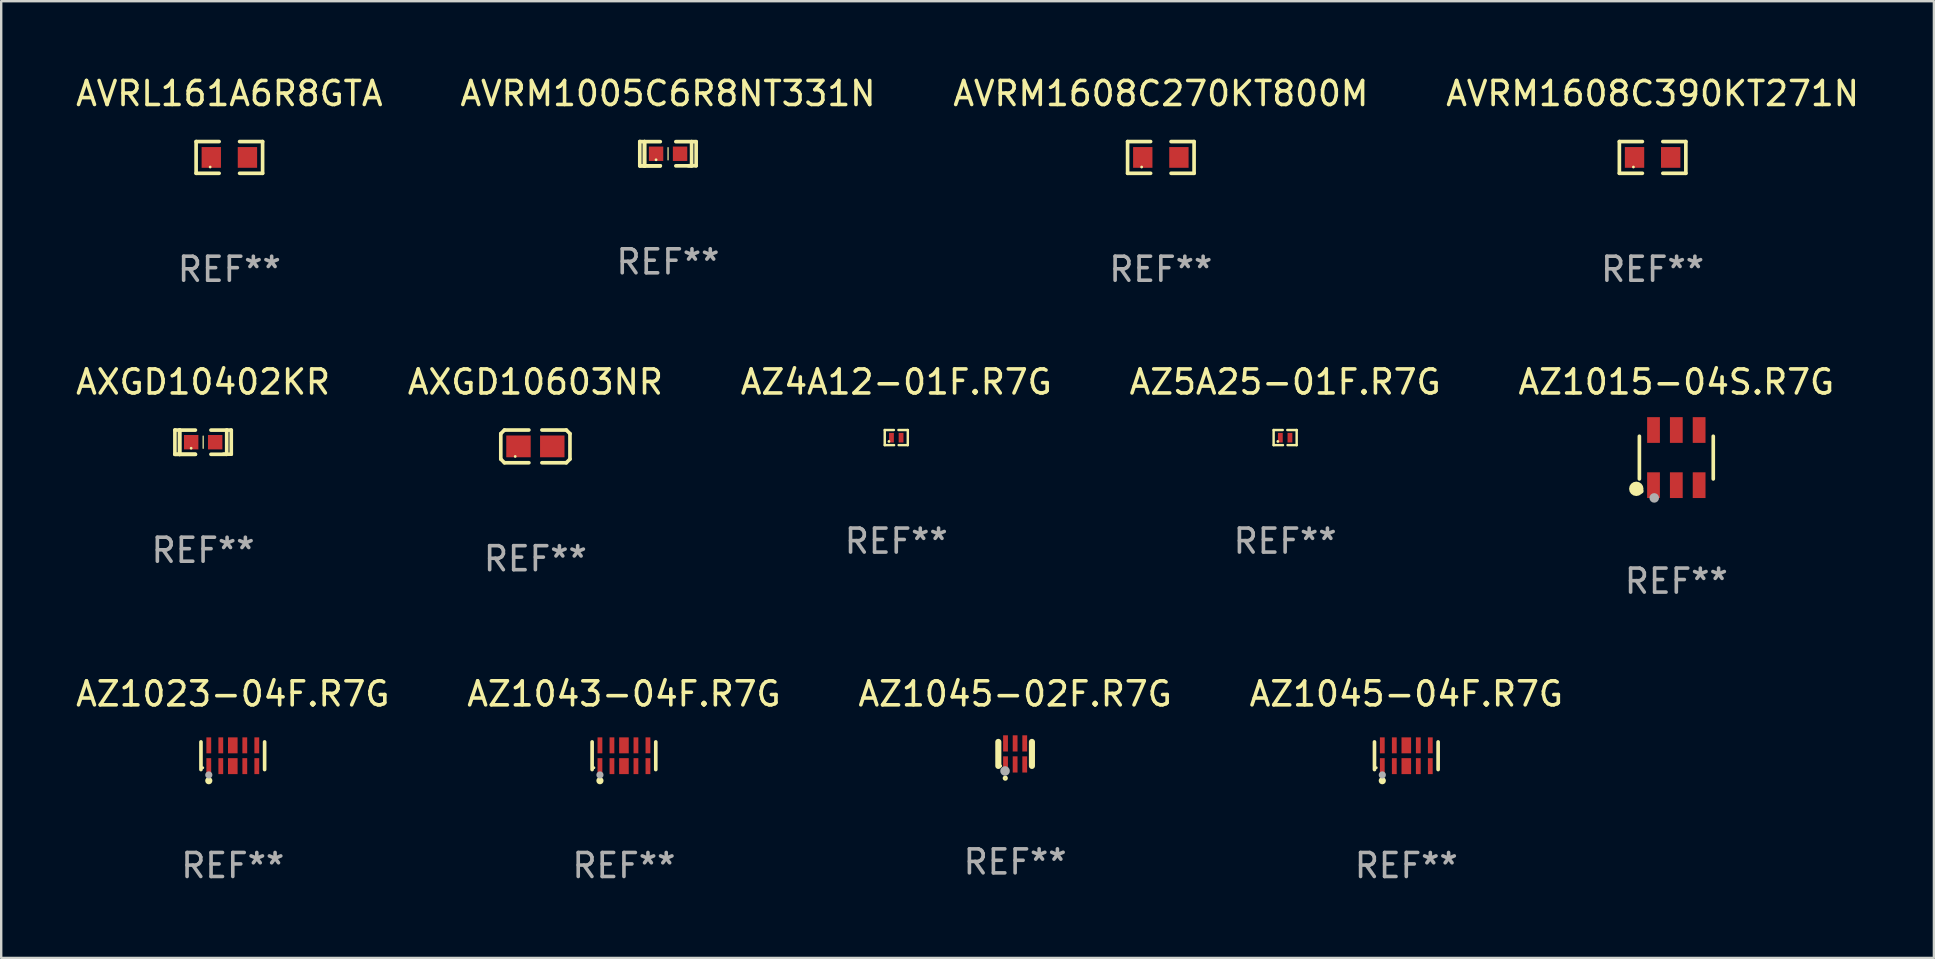
<source format=kicad_pcb>
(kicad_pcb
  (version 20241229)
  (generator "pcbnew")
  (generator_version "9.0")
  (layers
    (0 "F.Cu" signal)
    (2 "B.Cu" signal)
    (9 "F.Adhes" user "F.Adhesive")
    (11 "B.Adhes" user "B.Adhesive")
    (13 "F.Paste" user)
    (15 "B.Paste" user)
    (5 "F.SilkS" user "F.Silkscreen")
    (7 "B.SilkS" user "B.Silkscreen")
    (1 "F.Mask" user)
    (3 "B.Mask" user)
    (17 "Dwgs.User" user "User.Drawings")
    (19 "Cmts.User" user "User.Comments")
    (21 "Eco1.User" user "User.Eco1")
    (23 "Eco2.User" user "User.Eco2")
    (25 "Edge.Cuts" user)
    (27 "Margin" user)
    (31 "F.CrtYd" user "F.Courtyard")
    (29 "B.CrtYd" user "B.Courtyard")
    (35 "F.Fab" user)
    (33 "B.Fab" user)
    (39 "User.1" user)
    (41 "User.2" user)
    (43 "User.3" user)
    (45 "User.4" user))
  (footprint "AVRM1005C6R8NT331N"
    (layer "F.Cu")
    (at 24.78 3.354)
    (property "Reference" "AVRM1005C6R8NT331N" (at 0 -2.506 0) (layer "F.SilkS") (effects (font (size 1 1) (thickness 0.15))))
    (attr through_hole)
    (fp_line (start -1.174 -0.506) (end -0.977 -0.502) (stroke (width 0.152) (type solid)) (layer "F.SilkS"))
    (fp_line (start -1.174 0.506) (end -1.174 -0.506) (stroke (width 0.152) (type solid)) (layer "F.SilkS"))
    (fp_line (start -0.977 -0.502) (end -0.977 0.506) (stroke (width 0.152) (type solid)) (layer "F.SilkS"))
    (fp_line (start -0.977 -0.502) (end -0.977 0.506) (stroke (width 0.152) (type solid)) (layer "F.SilkS"))
    (fp_line (start -0.977 0.506) (end -1.166 0.506) (stroke (width 0.152) (type solid)) (layer "F.SilkS"))
    (fp_line (start -0.977 0.506) (end -0.32 0.506) (stroke (width 0.152) (type solid)) (layer "F.SilkS"))
    (fp_line (start -0.977 0.506) (end -0.32 0.506) (stroke (width 0.152) (type solid)) (layer "F.SilkS"))
    (fp_line (start -0.971 0.506) (end -1.174 0.506) (stroke (width 0.152) (type solid)) (layer "F.SilkS"))
    (fp_line (start -0.32 -0.502) (end -0.977 -0.502) (stroke (width 0.152) (type solid)) (layer "F.SilkS"))
    (fp_line (start 0.004 -0.252) (end 0.004 0.256) (stroke (width 0.051) (type solid)) (layer "F.SilkS"))
    (fp_line (start 0.328 0.506) (end 0.985 0.506) (stroke (width 0.152) (type solid)) (layer "F.SilkS"))
    (fp_line (start 0.985 -0.502) (end 0.328 -0.502) (stroke (width 0.152) (type solid)) (layer "F.SilkS"))
    (fp_line (start 0.985 -0.502) (end 1.174 -0.502) (stroke (width 0.152) (type solid)) (layer "F.SilkS"))
    (fp_line (start 0.985 0.506) (end 0.985 -0.502) (stroke (width 0.152) (type solid)) (layer "F.SilkS"))
    (fp_line (start 1.174 -0.502) (end 1.174 0.502) (stroke (width 0.152) (type solid)) (layer "F.SilkS"))
    (fp_line (start 1.174 0.502) (end 0.851 0.502) (stroke (width 0.152) (type solid)) (layer "F.SilkS"))
    (fp_circle (center -0.496 0.253) (end -0.466 0.253) (stroke (width 0.06) (type solid)) (fill no) (layer "F.SilkS"))
    (fp_text user "REF**" (at 0 4.506 0) (layer "F.Fab") (effects (font (size 1 1) (thickness 0.15))))
    (pad "1" smd rect (at -0.496 0.002) (size 0.6 0.6) (layers "F.Cu" "F.Mask" "F.Paste"))
    (pad "2" smd rect (at 0.504 0.002) (size 0.6 0.6) (layers "F.Cu" "F.Mask" "F.Paste")))
  (footprint "AZ1023-04F.R7G"
    (layer "F.Cu")
    (at 6.649 28.437)
    (property "Reference" "AZ1023-04F.R7G" (at 0 -2.576 0) (layer "F.SilkS") (effects (font (size 1 1) (thickness 0.15))))
    (attr through_hole)
    (fp_line (start -1.326 0.576) (end -1.326 -0.576) (stroke (width 0.152) (type solid)) (layer "F.SilkS"))
    (fp_line (start 1.326 0.576) (end 1.326 -0.576) (stroke (width 0.152) (type solid)) (layer "F.SilkS"))
    (fp_circle (center -1.25 0.5) (end -1.22 0.5) (stroke (width 0.06) (type solid)) (fill no) (layer "F.SilkS"))
    (fp_circle (center -1 1.04) (end -0.925 1.04) (stroke (width 0.15) (type solid)) (fill no) (layer "F.SilkS"))
    (fp_circle (center -1 0.8) (end -0.925 0.8) (stroke (width 0.15) (type solid)) (fill no) (layer "F.Fab"))
    (fp_text user "REF**" (at 0 4.576 0) (layer "F.Fab") (effects (font (size 1 1) (thickness 0.15))))
    (pad "1" smd rect (at -1 0.433) (size 0.2 0.665) (layers "F.Cu" "F.Mask" "F.Paste"))
    (pad "2" smd rect (at -0.5 0.433) (size 0.2 0.665) (layers "F.Cu" "F.Mask" "F.Paste"))
    (pad "3" smd rect (at 0 0.433) (size 0.4 0.665) (layers "F.Cu" "F.Mask" "F.Paste"))
    (pad "4" smd rect (at 0.5 0.433) (size 0.2 0.665) (layers "F.Cu" "F.Mask" "F.Paste"))
    (pad "5" smd rect (at 1 0.433) (size 0.2 0.665) (layers "F.Cu" "F.Mask" "F.Paste"))
    (pad "6" smd rect (at 1 -0.433) (size 0.2 0.665) (layers "F.Cu" "F.Mask" "F.Paste"))
    (pad "7" smd rect (at 0.5 -0.433) (size 0.2 0.665) (layers "F.Cu" "F.Mask" "F.Paste"))
    (pad "8" smd rect (at 0 -0.433) (size 0.4 0.665) (layers "F.Cu" "F.Mask" "F.Paste"))
    (pad "9" smd rect (at -0.5 -0.433) (size 0.2 0.665) (layers "F.Cu" "F.Mask" "F.Paste"))
    (pad "10" smd rect (at -1 -0.433) (size 0.2 0.665) (layers "F.Cu" "F.Mask" "F.Paste")))
  (footprint "AZ1043-04F.R7G"
    (layer "F.Cu")
    (at 22.946 28.437)
    (property "Reference" "AZ1043-04F.R7G" (at 0 -2.576 0) (layer "F.SilkS") (effects (font (size 1 1) (thickness 0.15))))
    (attr through_hole)
    (fp_line (start -1.326 0.576) (end -1.326 -0.576) (stroke (width 0.152) (type solid)) (layer "F.SilkS"))
    (fp_line (start 1.326 0.576) (end 1.326 -0.576) (stroke (width 0.152) (type solid)) (layer "F.SilkS"))
    (fp_circle (center -1.25 0.5) (end -1.22 0.5) (stroke (width 0.06) (type solid)) (fill no) (layer "F.SilkS"))
    (fp_circle (center -1 1.04) (end -0.925 1.04) (stroke (width 0.15) (type solid)) (fill no) (layer "F.SilkS"))
    (fp_circle (center -1 0.8) (end -0.925 0.8) (stroke (width 0.15) (type solid)) (fill no) (layer "F.Fab"))
    (fp_text user "REF**" (at 0 4.576 0) (layer "F.Fab") (effects (font (size 1 1) (thickness 0.15))))
    (pad "1" smd rect (at -1 0.433) (size 0.2 0.665) (layers "F.Cu" "F.Mask" "F.Paste"))
    (pad "2" smd rect (at -0.5 0.433) (size 0.2 0.665) (layers "F.Cu" "F.Mask" "F.Paste"))
    (pad "3" smd rect (at 0 0.433) (size 0.4 0.665) (layers "F.Cu" "F.Mask" "F.Paste"))
    (pad "4" smd rect (at 0.5 0.433) (size 0.2 0.665) (layers "F.Cu" "F.Mask" "F.Paste"))
    (pad "5" smd rect (at 1 0.433) (size 0.2 0.665) (layers "F.Cu" "F.Mask" "F.Paste"))
    (pad "6" smd rect (at 1 -0.433) (size 0.2 0.665) (layers "F.Cu" "F.Mask" "F.Paste"))
    (pad "7" smd rect (at 0.5 -0.433) (size 0.2 0.665) (layers "F.Cu" "F.Mask" "F.Paste"))
    (pad "8" smd rect (at 0 -0.433) (size 0.4 0.665) (layers "F.Cu" "F.Mask" "F.Paste"))
    (pad "9" smd rect (at -0.5 -0.433) (size 0.2 0.665) (layers "F.Cu" "F.Mask" "F.Paste"))
    (pad "10" smd rect (at -1 -0.433) (size 0.2 0.665) (layers "F.Cu" "F.Mask" "F.Paste")))
  (footprint "AZ1045-04F.R7G"
    (layer "F.Cu")
    (at 55.542 28.437)
    (property "Reference" "AZ1045-04F.R7G" (at 0 -2.576 0) (layer "F.SilkS") (effects (font (size 1 1) (thickness 0.15))))
    (attr through_hole)
    (fp_line (start -1.326 0.576) (end -1.326 -0.576) (stroke (width 0.152) (type solid)) (layer "F.SilkS"))
    (fp_line (start 1.326 0.576) (end 1.326 -0.576) (stroke (width 0.152) (type solid)) (layer "F.SilkS"))
    (fp_circle (center -1.25 0.5) (end -1.22 0.5) (stroke (width 0.06) (type solid)) (fill no) (layer "F.SilkS"))
    (fp_circle (center -1 1.04) (end -0.925 1.04) (stroke (width 0.15) (type solid)) (fill no) (layer "F.SilkS"))
    (fp_circle (center -1 0.8) (end -0.925 0.8) (stroke (width 0.15) (type solid)) (fill no) (layer "F.Fab"))
    (fp_text user "REF**" (at 0 4.576 0) (layer "F.Fab") (effects (font (size 1 1) (thickness 0.15))))
    (pad "1" smd rect (at -1 0.433) (size 0.2 0.665) (layers "F.Cu" "F.Mask" "F.Paste"))
    (pad "2" smd rect (at -0.5 0.433) (size 0.2 0.665) (layers "F.Cu" "F.Mask" "F.Paste"))
    (pad "3" smd rect (at 0 0.433) (size 0.4 0.665) (layers "F.Cu" "F.Mask" "F.Paste"))
    (pad "4" smd rect (at 0.5 0.433) (size 0.2 0.665) (layers "F.Cu" "F.Mask" "F.Paste"))
    (pad "5" smd rect (at 1 0.433) (size 0.2 0.665) (layers "F.Cu" "F.Mask" "F.Paste"))
    (pad "6" smd rect (at 1 -0.433) (size 0.2 0.665) (layers "F.Cu" "F.Mask" "F.Paste"))
    (pad "7" smd rect (at 0.5 -0.433) (size 0.2 0.665) (layers "F.Cu" "F.Mask" "F.Paste"))
    (pad "8" smd rect (at 0 -0.433) (size 0.4 0.665) (layers "F.Cu" "F.Mask" "F.Paste"))
    (pad "9" smd rect (at -0.5 -0.433) (size 0.2 0.665) (layers "F.Cu" "F.Mask" "F.Paste"))
    (pad "10" smd rect (at -1 -0.433) (size 0.2 0.665) (layers "F.Cu" "F.Mask" "F.Paste")))
  (footprint "AVRM1608C390KT271N"
    (layer "F.Cu")
    (at 65.804 3.509)
    (property "Reference" "AVRM1608C390KT271N" (at 0 -2.661 0) (layer "F.SilkS") (effects (font (size 1 1) (thickness 0.15))))
    (attr through_hole)
    (fp_line (start -1.385 -0.661) (end -0.426 -0.661) (stroke (width 0.152) (type solid)) (layer "F.SilkS"))
    (fp_line (start -1.385 0.661) (end -1.385 -0.661) (stroke (width 0.152) (type solid)) (layer "F.SilkS"))
    (fp_line (start -0.426 0.661) (end -1.385 0.661) (stroke (width 0.152) (type solid)) (layer "F.SilkS"))
    (fp_line (start 0.426 0.661) (end 1.385 0.661) (stroke (width 0.152) (type solid)) (layer "F.SilkS"))
    (fp_line (start 1.385 -0.661) (end 0.426 -0.661) (stroke (width 0.152) (type solid)) (layer "F.SilkS"))
    (fp_line (start 1.385 0.661) (end 1.385 -0.661) (stroke (width 0.152) (type solid)) (layer "F.SilkS"))
    (fp_circle (center -0.8 0.4) (end -0.77 0.4) (stroke (width 0.06) (type solid)) (fill no) (layer "F.SilkS"))
    (fp_text user "REF**" (at 0 4.661 0) (layer "F.Fab") (effects (font (size 1 1) (thickness 0.15))))
    (pad "1" smd rect (at -0.753 0) (size 0.806 0.864) (layers "F.Cu" "F.Mask" "F.Paste"))
    (pad "2" smd rect (at 0.753 0) (size 0.806 0.864) (layers "F.Cu" "F.Mask" "F.Paste")))
  (footprint "AXGD10603NR"
    (layer "F.Cu")
    (at 19.256 15.548)
    (property "Reference" "AXGD10603NR" (at 0 -2.682 0) (layer "F.SilkS") (effects (font (size 1 1) (thickness 0.15))))
    (attr through_hole)
    (fp_line (start -1.441 -0.53) (end -1.441 0.53) (stroke (width 0.152) (type solid)) (layer "F.SilkS"))
    (fp_line (start -1.441 0.53) (end -1.289 0.682) (stroke (width 0.152) (type solid)) (layer "F.SilkS"))
    (fp_line (start -1.289 -0.682) (end -1.441 -0.53) (stroke (width 0.152) (type solid)) (layer "F.SilkS"))
    (fp_line (start -1.289 0.682) (end -0.271 0.682) (stroke (width 0.152) (type solid)) (layer "F.SilkS"))
    (fp_line (start -0.271 -0.682) (end -1.289 -0.682) (stroke (width 0.152) (type solid)) (layer "F.SilkS"))
    (fp_line (start 0.271 -0.682) (end 1.289 -0.682) (stroke (width 0.152) (type solid)) (layer "F.SilkS"))
    (fp_line (start 1.289 -0.682) (end 1.441 -0.53) (stroke (width 0.152) (type solid)) (layer "F.SilkS"))
    (fp_line (start 1.289 0.682) (end 0.271 0.682) (stroke (width 0.152) (type solid)) (layer "F.SilkS"))
    (fp_line (start 1.441 -0.53) (end 1.441 0.53) (stroke (width 0.152) (type solid)) (layer "F.SilkS"))
    (fp_line (start 1.441 0.53) (end 1.289 0.682) (stroke (width 0.152) (type solid)) (layer "F.SilkS"))
    (fp_circle (center -0.84 0.42) (end -0.81 0.42) (stroke (width 0.06) (type solid)) (fill no) (layer "F.SilkS"))
    (fp_text user "REF**" (at 0 4.682 0) (layer "F.Fab") (effects (font (size 1 1) (thickness 0.15))))
    (pad "1" smd rect (at -0.704 0) (size 1.018 0.907) (layers "F.Cu" "F.Mask" "F.Paste"))
    (pad "2" smd rect (at 0.704 0) (size 1.018 0.907) (layers "F.Cu" "F.Mask" "F.Paste")))
  (footprint "AVRM1608C270KT800M"
    (layer "F.Cu")
    (at 45.315 3.509)
    (property "Reference" "AVRM1608C270KT800M" (at 0 -2.661 0) (layer "F.SilkS") (effects (font (size 1 1) (thickness 0.15))))
    (attr through_hole)
    (fp_line (start -1.385 -0.661) (end -0.426 -0.661) (stroke (width 0.152) (type solid)) (layer "F.SilkS"))
    (fp_line (start -1.385 0.661) (end -1.385 -0.661) (stroke (width 0.152) (type solid)) (layer "F.SilkS"))
    (fp_line (start -0.426 0.661) (end -1.385 0.661) (stroke (width 0.152) (type solid)) (layer "F.SilkS"))
    (fp_line (start 0.426 0.661) (end 1.385 0.661) (stroke (width 0.152) (type solid)) (layer "F.SilkS"))
    (fp_line (start 1.385 -0.661) (end 0.426 -0.661) (stroke (width 0.152) (type solid)) (layer "F.SilkS"))
    (fp_line (start 1.385 0.661) (end 1.385 -0.661) (stroke (width 0.152) (type solid)) (layer "F.SilkS"))
    (fp_circle (center -0.8 0.4) (end -0.77 0.4) (stroke (width 0.06) (type solid)) (fill no) (layer "F.SilkS"))
    (fp_text user "REF**" (at 0 4.661 0) (layer "F.Fab") (effects (font (size 1 1) (thickness 0.15))))
    (pad "1" smd rect (at -0.753 0) (size 0.806 0.864) (layers "F.Cu" "F.Mask" "F.Paste"))
    (pad "2" smd rect (at 0.753 0) (size 0.806 0.864) (layers "F.Cu" "F.Mask" "F.Paste")))
  (footprint "AZ1015-04S.R7G"
    (layer "F.Cu")
    (at 66.792 16.015)
    (property "Reference" "AZ1015-04S.R7G" (at 0 -3.149 0) (layer "F.SilkS") (effects (font (size 1 1) (thickness 0.15))))
    (attr through_hole)
    (fp_line (start -1.539 0.889) (end -1.539 -0.889) (stroke (width 0.152) (type solid)) (layer "F.SilkS"))
    (fp_line (start 1.539 0.889) (end 1.539 -0.889) (stroke (width 0.152) (type solid)) (layer "F.SilkS"))
    (fp_circle (center -1.668 1.301) (end -1.518 1.301) (stroke (width 0.3) (type solid)) (fill no) (layer "F.SilkS"))
    (fp_circle (center -1.463 1.4) (end -1.413 1.4) (stroke (width 0.1) (type solid)) (fill no) (layer "F.SilkS"))
    (fp_circle (center -0.92 1.68) (end -0.82 1.68) (stroke (width 0.2) (type solid)) (fill no) (layer "F.Fab"))
    (fp_text user "REF**" (at 0 5.149 0) (layer "F.Fab") (effects (font (size 1 1) (thickness 0.15))))
    (pad "1" smd rect (at -0.95 1.149) (size 0.532 1.072) (layers "F.Cu" "F.Mask" "F.Paste"))
    (pad "2" smd rect (at 0 1.149) (size 0.532 1.072) (layers "F.Cu" "F.Mask" "F.Paste"))
    (pad "3" smd rect (at 0.95 1.149) (size 0.532 1.072) (layers "F.Cu" "F.Mask" "F.Paste"))
    (pad "4" smd rect (at 0.95 -1.149) (size 0.532 1.072) (layers "F.Cu" "F.Mask" "F.Paste"))
    (pad "5" smd rect (at 0 -1.149) (size 0.532 1.072) (layers "F.Cu" "F.Mask" "F.Paste"))
    (pad "6" smd rect (at -0.95 -1.149) (size 0.532 1.072) (layers "F.Cu" "F.Mask" "F.Paste")))
  (footprint "AVRL161A6R8GTA"
    (layer "F.Cu")
    (at 6.506 3.509)
    (property "Reference" "AVRL161A6R8GTA" (at 0 -2.661 0) (layer "F.SilkS") (effects (font (size 1 1) (thickness 0.15))))
    (attr through_hole)
    (fp_line (start -1.385 -0.661) (end -0.426 -0.661) (stroke (width 0.152) (type solid)) (layer "F.SilkS"))
    (fp_line (start -1.385 0.661) (end -1.385 -0.661) (stroke (width 0.152) (type solid)) (layer "F.SilkS"))
    (fp_line (start -0.426 0.661) (end -1.385 0.661) (stroke (width 0.152) (type solid)) (layer "F.SilkS"))
    (fp_line (start 0.426 0.661) (end 1.385 0.661) (stroke (width 0.152) (type solid)) (layer "F.SilkS"))
    (fp_line (start 1.385 -0.661) (end 0.426 -0.661) (stroke (width 0.152) (type solid)) (layer "F.SilkS"))
    (fp_line (start 1.385 0.661) (end 1.385 -0.661) (stroke (width 0.152) (type solid)) (layer "F.SilkS"))
    (fp_circle (center -0.8 0.4) (end -0.77 0.4) (stroke (width 0.06) (type solid)) (fill no) (layer "F.SilkS"))
    (fp_text user "REF**" (at 0 4.661 0) (layer "F.Fab") (effects (font (size 1 1) (thickness 0.15))))
    (pad "1" smd rect (at -0.753 0) (size 0.806 0.864) (layers "F.Cu" "F.Mask" "F.Paste"))
    (pad "2" smd rect (at 0.753 0) (size 0.806 0.864) (layers "F.Cu" "F.Mask" "F.Paste")))
  (footprint "AXGD10402KR"
    (layer "F.Cu")
    (at 5.411 15.372)
    (property "Reference" "AXGD10402KR" (at 0 -2.506 0) (layer "F.SilkS") (effects (font (size 1 1) (thickness 0.15))))
    (attr through_hole)
    (fp_line (start -1.174 -0.506) (end -0.977 -0.502) (stroke (width 0.152) (type solid)) (layer "F.SilkS"))
    (fp_line (start -1.174 0.506) (end -1.174 -0.506) (stroke (width 0.152) (type solid)) (layer "F.SilkS"))
    (fp_line (start -0.977 -0.502) (end -0.977 0.506) (stroke (width 0.152) (type solid)) (layer "F.SilkS"))
    (fp_line (start -0.977 -0.502) (end -0.977 0.506) (stroke (width 0.152) (type solid)) (layer "F.SilkS"))
    (fp_line (start -0.977 0.506) (end -1.166 0.506) (stroke (width 0.152) (type solid)) (layer "F.SilkS"))
    (fp_line (start -0.977 0.506) (end -0.32 0.506) (stroke (width 0.152) (type solid)) (layer "F.SilkS"))
    (fp_line (start -0.977 0.506) (end -0.32 0.506) (stroke (width 0.152) (type solid)) (layer "F.SilkS"))
    (fp_line (start -0.971 0.506) (end -1.174 0.506) (stroke (width 0.152) (type solid)) (layer "F.SilkS"))
    (fp_line (start -0.32 -0.502) (end -0.977 -0.502) (stroke (width 0.152) (type solid)) (layer "F.SilkS"))
    (fp_line (start 0.004 -0.252) (end 0.004 0.256) (stroke (width 0.051) (type solid)) (layer "F.SilkS"))
    (fp_line (start 0.328 0.506) (end 0.985 0.506) (stroke (width 0.152) (type solid)) (layer "F.SilkS"))
    (fp_line (start 0.985 -0.502) (end 0.328 -0.502) (stroke (width 0.152) (type solid)) (layer "F.SilkS"))
    (fp_line (start 0.985 -0.502) (end 1.174 -0.502) (stroke (width 0.152) (type solid)) (layer "F.SilkS"))
    (fp_line (start 0.985 0.506) (end 0.985 -0.502) (stroke (width 0.152) (type solid)) (layer "F.SilkS"))
    (fp_line (start 1.174 -0.502) (end 1.174 0.502) (stroke (width 0.152) (type solid)) (layer "F.SilkS"))
    (fp_line (start 1.174 0.502) (end 0.851 0.502) (stroke (width 0.152) (type solid)) (layer "F.SilkS"))
    (fp_circle (center -0.497 0.253) (end -0.467 0.253) (stroke (width 0.06) (type solid)) (fill no) (layer "F.SilkS"))
    (fp_text user "REF**" (at 0 4.506 0) (layer "F.Fab") (effects (font (size 1 1) (thickness 0.15))))
    (pad "1" smd rect (at -0.496 0.002) (size 0.6 0.6) (layers "F.Cu" "F.Mask" "F.Paste"))
    (pad "2" smd rect (at 0.504 0.002) (size 0.6 0.6) (layers "F.Cu" "F.Mask" "F.Paste")))
  (footprint "AZ5A25-01F.R7G"
    (layer "F.Cu")
    (at 50.494 15.181)
    (property "Reference" "AZ5A25-01F.R7G" (at 0 -2.315 0) (layer "F.SilkS") (effects (font (size 1 1) (thickness 0.15))))
    (attr through_hole)
    (fp_line (start -0.48 -0.315) (end -0.48 0.315) (stroke (width 0.102) (type solid)) (layer "F.SilkS"))
    (fp_line (start -0.48 0.315) (end -0.09 0.315) (stroke (width 0.102) (type solid)) (layer "F.SilkS"))
    (fp_line (start -0.48 -0.315) (end -0.1 -0.315) (stroke (width 0.102) (type solid)) (layer "F.SilkS"))
    (fp_line (start 0.48 0.315) (end 0.1 0.315) (stroke (width 0.102) (type solid)) (layer "F.SilkS"))
    (fp_line (start 0.48 -0.315) (end 0.09 -0.315) (stroke (width 0.102) (type solid)) (layer "F.SilkS"))
    (fp_line (start 0.48 0.315) (end 0.48 -0.315) (stroke (width 0.102) (type solid)) (layer "F.SilkS"))
    (fp_circle (center -0.305 0.16) (end -0.275 0.16) (stroke (width 0.06) (type solid)) (fill no) (layer "F.SilkS"))
    (fp_text user "REF**" (at 0 4.315 0) (layer "F.Fab") (effects (font (size 1 1) (thickness 0.15))))
    (pad "1" smd rect (at -0.2 0.005) (size 0.2 0.4) (layers "F.Cu" "F.Mask" "F.Paste"))
    (pad "2" smd rect (at 0.2 0.005) (size 0.2 0.4) (layers "F.Cu" "F.Mask" "F.Paste")))
  (footprint "AZ4A12-01F.R7G"
    (layer "F.Cu")
    (at 34.292 15.181)
    (property "Reference" "AZ4A12-01F.R7G" (at 0 -2.315 0) (layer "F.SilkS") (effects (font (size 1 1) (thickness 0.15))))
    (attr through_hole)
    (fp_line (start -0.48 -0.315) (end -0.48 0.315) (stroke (width 0.102) (type solid)) (layer "F.SilkS"))
    (fp_line (start -0.48 0.315) (end -0.09 0.315) (stroke (width 0.102) (type solid)) (layer "F.SilkS"))
    (fp_line (start -0.48 -0.315) (end -0.1 -0.315) (stroke (width 0.102) (type solid)) (layer "F.SilkS"))
    (fp_line (start 0.48 0.315) (end 0.1 0.315) (stroke (width 0.102) (type solid)) (layer "F.SilkS"))
    (fp_line (start 0.48 -0.315) (end 0.09 -0.315) (stroke (width 0.102) (type solid)) (layer "F.SilkS"))
    (fp_line (start 0.48 0.315) (end 0.48 -0.315) (stroke (width 0.102) (type solid)) (layer "F.SilkS"))
    (fp_circle (center -0.305 0.16) (end -0.275 0.16) (stroke (width 0.06) (type solid)) (fill no) (layer "F.SilkS"))
    (fp_text user "REF**" (at 0 4.315 0) (layer "F.Fab") (effects (font (size 1 1) (thickness 0.15))))
    (pad "1" smd rect (at -0.2 0.005) (size 0.2 0.4) (layers "F.Cu" "F.Mask" "F.Paste"))
    (pad "2" smd rect (at 0.2 0.005) (size 0.2 0.4) (layers "F.Cu" "F.Mask" "F.Paste")))
  (footprint "AZ1045-02F.R7G"
    (layer "F.Cu")
    (at 39.244 28.361)
    (property "Reference" "AZ1045-02F.R7G" (at 0 -2.5 0) (layer "F.SilkS") (effects (font (size 1 1) (thickness 0.15))))
    (attr through_hole)
    (fp_line (start -0.7 -0.5) (end -0.7 0.5) (stroke (width 0.254) (type solid)) (layer "F.SilkS"))
    (fp_line (start 0.7 -0.5) (end 0.7 0.5) (stroke (width 0.254) (type solid)) (layer "F.SilkS"))
    (fp_circle (center -0.6 0.501) (end -0.57 0.501) (stroke (width 0.06) (type solid)) (fill no) (layer "F.SilkS"))
    (fp_circle (center -0.41 1.01) (end -0.352 1.01) (stroke (width 0.1) (type solid)) (fill no) (layer "F.SilkS"))
    (fp_circle (center -0.42 0.71) (end -0.32 0.71) (stroke (width 0.2) (type solid)) (fill no) (layer "F.Fab"))
    (fp_text user "REF**" (at 0 4.5 0) (layer "F.Fab") (effects (font (size 1 1) (thickness 0.15))))
    (pad "1" smd rect (at -0.4 0.438) (size 0.2 0.675) (layers "F.Cu" "F.Mask" "F.Paste"))
    (pad "2" smd rect (at 0 0.438) (size 0.2 0.675) (layers "F.Cu" "F.Mask" "F.Paste"))
    (pad "3" smd rect (at 0.4 0.438) (size 0.2 0.675) (layers "F.Cu" "F.Mask" "F.Paste"))
    (pad "4" smd rect (at 0.4 -0.438) (size 0.2 0.675) (layers "F.Cu" "F.Mask" "F.Paste"))
    (pad "5" smd rect (at 0 -0.438) (size 0.2 0.675) (layers "F.Cu" "F.Mask" "F.Paste"))
    (pad "6" smd rect (at -0.4 -0.438) (size 0.2 0.675) (layers "F.Cu" "F.Mask" "F.Paste")))
  (gr_rect
    (start -3 -3)
    (end 77.524 36.861)
    (stroke (width 0.1) (type default))
    (fill no)
    (layer "Edge.Cuts")))
</source>
